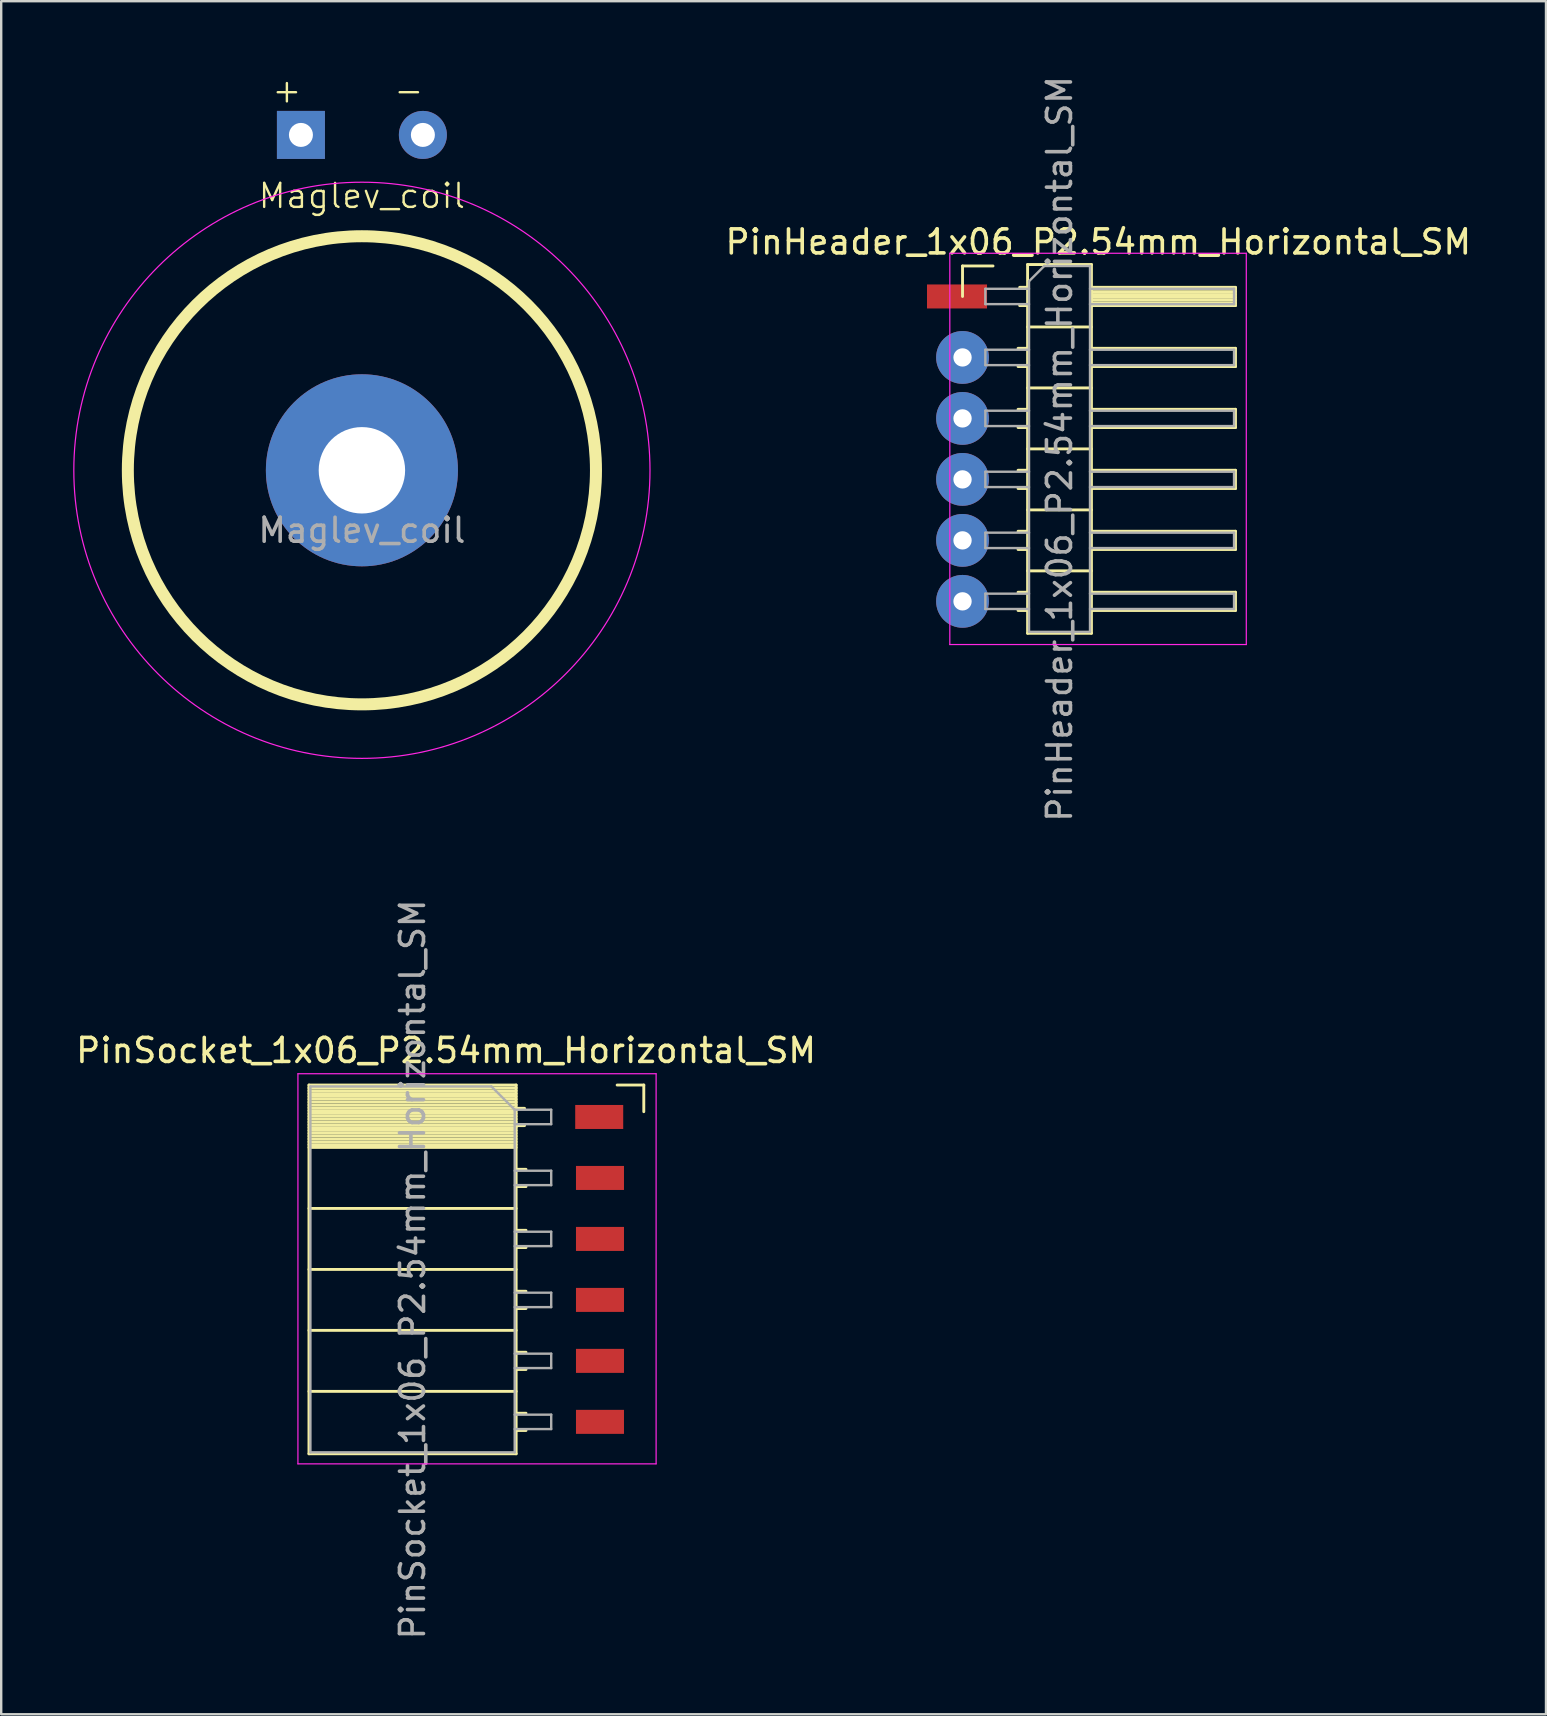
<source format=kicad_pcb>
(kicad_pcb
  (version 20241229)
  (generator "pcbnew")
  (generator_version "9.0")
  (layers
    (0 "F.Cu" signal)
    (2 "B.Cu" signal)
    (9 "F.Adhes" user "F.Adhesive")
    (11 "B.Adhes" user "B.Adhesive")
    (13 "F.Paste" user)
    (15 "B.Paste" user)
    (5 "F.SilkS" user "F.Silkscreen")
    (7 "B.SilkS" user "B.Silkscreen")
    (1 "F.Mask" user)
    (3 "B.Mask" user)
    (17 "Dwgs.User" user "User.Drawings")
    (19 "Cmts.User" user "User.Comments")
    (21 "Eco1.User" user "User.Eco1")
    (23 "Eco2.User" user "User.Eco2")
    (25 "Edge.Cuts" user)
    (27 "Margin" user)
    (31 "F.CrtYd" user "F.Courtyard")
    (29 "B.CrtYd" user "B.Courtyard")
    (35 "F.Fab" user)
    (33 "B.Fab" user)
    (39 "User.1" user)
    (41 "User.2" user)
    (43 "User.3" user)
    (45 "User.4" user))
  (footprint "PinHeader_1x06_P2.54mm_Horizontal_SM"
    (layer "F.Cu")
    (at 38.314 9.299)
    (property "Reference" "PinHeader_1x06_P2.54mm_Horizontal_SM" (at 4.385 -2.27 0) (layer "F.SilkS") (effects (font (size 1 1) (thickness 0.15))))
    (attr through_hole)
    (fp_line (start -1.27 -1.27) (end 0 -1.27) (stroke (width 0.12) (type solid)) (layer "F.SilkS"))
    (fp_line (start -1.27 0) (end -1.27 -1.27) (stroke (width 0.12) (type solid)) (layer "F.SilkS"))
    (fp_line (start 1.043 2.16) (end 1.44 2.16) (stroke (width 0.12) (type solid)) (layer "F.SilkS"))
    (fp_line (start 1.043 2.92) (end 1.44 2.92) (stroke (width 0.12) (type solid)) (layer "F.SilkS"))
    (fp_line (start 1.043 4.7) (end 1.44 4.7) (stroke (width 0.12) (type solid)) (layer "F.SilkS"))
    (fp_line (start 1.043 5.46) (end 1.44 5.46) (stroke (width 0.12) (type solid)) (layer "F.SilkS"))
    (fp_line (start 1.043 7.24) (end 1.44 7.24) (stroke (width 0.12) (type solid)) (layer "F.SilkS"))
    (fp_line (start 1.043 8) (end 1.44 8) (stroke (width 0.12) (type solid)) (layer "F.SilkS"))
    (fp_line (start 1.043 9.78) (end 1.44 9.78) (stroke (width 0.12) (type solid)) (layer "F.SilkS"))
    (fp_line (start 1.043 10.54) (end 1.44 10.54) (stroke (width 0.12) (type solid)) (layer "F.SilkS"))
    (fp_line (start 1.043 12.32) (end 1.44 12.32) (stroke (width 0.12) (type solid)) (layer "F.SilkS"))
    (fp_line (start 1.043 13.08) (end 1.44 13.08) (stroke (width 0.12) (type solid)) (layer "F.SilkS"))
    (fp_line (start 1.11 -0.38) (end 1.44 -0.38) (stroke (width 0.12) (type solid)) (layer "F.SilkS"))
    (fp_line (start 1.11 0.38) (end 1.44 0.38) (stroke (width 0.12) (type solid)) (layer "F.SilkS"))
    (fp_line (start 1.44 -1.33) (end 1.44 14.03) (stroke (width 0.12) (type solid)) (layer "F.SilkS"))
    (fp_line (start 1.44 1.27) (end 4.1 1.27) (stroke (width 0.12) (type solid)) (layer "F.SilkS"))
    (fp_line (start 1.44 3.81) (end 4.1 3.81) (stroke (width 0.12) (type solid)) (layer "F.SilkS"))
    (fp_line (start 1.44 6.35) (end 4.1 6.35) (stroke (width 0.12) (type solid)) (layer "F.SilkS"))
    (fp_line (start 1.44 8.89) (end 4.1 8.89) (stroke (width 0.12) (type solid)) (layer "F.SilkS"))
    (fp_line (start 1.44 11.43) (end 4.1 11.43) (stroke (width 0.12) (type solid)) (layer "F.SilkS"))
    (fp_line (start 1.44 14.03) (end 4.1 14.03) (stroke (width 0.12) (type solid)) (layer "F.SilkS"))
    (fp_line (start 4.1 -1.33) (end 1.44 -1.33) (stroke (width 0.12) (type solid)) (layer "F.SilkS"))
    (fp_line (start 4.1 -0.38) (end 10.1 -0.38) (stroke (width 0.12) (type solid)) (layer "F.SilkS"))
    (fp_line (start 4.1 -0.32) (end 10.1 -0.32) (stroke (width 0.12) (type solid)) (layer "F.SilkS"))
    (fp_line (start 4.1 -0.2) (end 10.1 -0.2) (stroke (width 0.12) (type solid)) (layer "F.SilkS"))
    (fp_line (start 4.1 -0.08) (end 10.1 -0.08) (stroke (width 0.12) (type solid)) (layer "F.SilkS"))
    (fp_line (start 4.1 0.04) (end 10.1 0.04) (stroke (width 0.12) (type solid)) (layer "F.SilkS"))
    (fp_line (start 4.1 0.16) (end 10.1 0.16) (stroke (width 0.12) (type solid)) (layer "F.SilkS"))
    (fp_line (start 4.1 0.28) (end 10.1 0.28) (stroke (width 0.12) (type solid)) (layer "F.SilkS"))
    (fp_line (start 4.1 2.16) (end 10.1 2.16) (stroke (width 0.12) (type solid)) (layer "F.SilkS"))
    (fp_line (start 4.1 4.7) (end 10.1 4.7) (stroke (width 0.12) (type solid)) (layer "F.SilkS"))
    (fp_line (start 4.1 7.24) (end 10.1 7.24) (stroke (width 0.12) (type solid)) (layer "F.SilkS"))
    (fp_line (start 4.1 9.78) (end 10.1 9.78) (stroke (width 0.12) (type solid)) (layer "F.SilkS"))
    (fp_line (start 4.1 12.32) (end 10.1 12.32) (stroke (width 0.12) (type solid)) (layer "F.SilkS"))
    (fp_line (start 4.1 14.03) (end 4.1 -1.33) (stroke (width 0.12) (type solid)) (layer "F.SilkS"))
    (fp_line (start 10.1 -0.38) (end 10.1 0.38) (stroke (width 0.12) (type solid)) (layer "F.SilkS"))
    (fp_line (start 10.1 0.38) (end 4.1 0.38) (stroke (width 0.12) (type solid)) (layer "F.SilkS"))
    (fp_line (start 10.1 2.16) (end 10.1 2.92) (stroke (width 0.12) (type solid)) (layer "F.SilkS"))
    (fp_line (start 10.1 2.92) (end 4.1 2.92) (stroke (width 0.12) (type solid)) (layer "F.SilkS"))
    (fp_line (start 10.1 4.7) (end 10.1 5.46) (stroke (width 0.12) (type solid)) (layer "F.SilkS"))
    (fp_line (start 10.1 5.46) (end 4.1 5.46) (stroke (width 0.12) (type solid)) (layer "F.SilkS"))
    (fp_line (start 10.1 7.24) (end 10.1 8) (stroke (width 0.12) (type solid)) (layer "F.SilkS"))
    (fp_line (start 10.1 8) (end 4.1 8) (stroke (width 0.12) (type solid)) (layer "F.SilkS"))
    (fp_line (start 10.1 9.78) (end 10.1 10.54) (stroke (width 0.12) (type solid)) (layer "F.SilkS"))
    (fp_line (start 10.1 10.54) (end 4.1 10.54) (stroke (width 0.12) (type solid)) (layer "F.SilkS"))
    (fp_line (start 10.1 12.32) (end 10.1 13.08) (stroke (width 0.12) (type solid)) (layer "F.SilkS"))
    (fp_line (start 10.1 13.08) (end 4.1 13.08) (stroke (width 0.12) (type solid)) (layer "F.SilkS"))
    (fp_line (start -1.8 -1.8) (end -1.8 14.5) (stroke (width 0.05) (type solid)) (layer "F.CrtYd"))
    (fp_line (start -1.8 14.5) (end 10.55 14.5) (stroke (width 0.05) (type solid)) (layer "F.CrtYd"))
    (fp_line (start 10.55 -1.8) (end -1.8 -1.8) (stroke (width 0.05) (type solid)) (layer "F.CrtYd"))
    (fp_line (start 10.55 14.5) (end 10.55 -1.8) (stroke (width 0.05) (type solid)) (layer "F.CrtYd"))
    (fp_line (start -0.32 -0.32) (end -0.32 0.32) (stroke (width 0.1) (type solid)) (layer "F.Fab"))
    (fp_line (start -0.32 -0.32) (end 1.5 -0.32) (stroke (width 0.1) (type solid)) (layer "F.Fab"))
    (fp_line (start -0.32 0.32) (end 1.5 0.32) (stroke (width 0.1) (type solid)) (layer "F.Fab"))
    (fp_line (start -0.32 2.22) (end -0.32 2.86) (stroke (width 0.1) (type solid)) (layer "F.Fab"))
    (fp_line (start -0.32 2.22) (end 1.5 2.22) (stroke (width 0.1) (type solid)) (layer "F.Fab"))
    (fp_line (start -0.32 2.86) (end 1.5 2.86) (stroke (width 0.1) (type solid)) (layer "F.Fab"))
    (fp_line (start -0.32 4.76) (end -0.32 5.4) (stroke (width 0.1) (type solid)) (layer "F.Fab"))
    (fp_line (start -0.32 4.76) (end 1.5 4.76) (stroke (width 0.1) (type solid)) (layer "F.Fab"))
    (fp_line (start -0.32 5.4) (end 1.5 5.4) (stroke (width 0.1) (type solid)) (layer "F.Fab"))
    (fp_line (start -0.32 7.3) (end -0.32 7.94) (stroke (width 0.1) (type solid)) (layer "F.Fab"))
    (fp_line (start -0.32 7.3) (end 1.5 7.3) (stroke (width 0.1) (type solid)) (layer "F.Fab"))
    (fp_line (start -0.32 7.94) (end 1.5 7.94) (stroke (width 0.1) (type solid)) (layer "F.Fab"))
    (fp_line (start -0.32 9.84) (end -0.32 10.48) (stroke (width 0.1) (type solid)) (layer "F.Fab"))
    (fp_line (start -0.32 9.84) (end 1.5 9.84) (stroke (width 0.1) (type solid)) (layer "F.Fab"))
    (fp_line (start -0.32 10.48) (end 1.5 10.48) (stroke (width 0.1) (type solid)) (layer "F.Fab"))
    (fp_line (start -0.32 12.38) (end -0.32 13.02) (stroke (width 0.1) (type solid)) (layer "F.Fab"))
    (fp_line (start -0.32 12.38) (end 1.5 12.38) (stroke (width 0.1) (type solid)) (layer "F.Fab"))
    (fp_line (start -0.32 13.02) (end 1.5 13.02) (stroke (width 0.1) (type solid)) (layer "F.Fab"))
    (fp_line (start 1.5 -0.635) (end 2.135 -1.27) (stroke (width 0.1) (type solid)) (layer "F.Fab"))
    (fp_line (start 1.5 13.97) (end 1.5 -0.635) (stroke (width 0.1) (type solid)) (layer "F.Fab"))
    (fp_line (start 2.135 -1.27) (end 4.04 -1.27) (stroke (width 0.1) (type solid)) (layer "F.Fab"))
    (fp_line (start 4.04 -1.27) (end 4.04 13.97) (stroke (width 0.1) (type solid)) (layer "F.Fab"))
    (fp_line (start 4.04 -0.32) (end 10.04 -0.32) (stroke (width 0.1) (type solid)) (layer "F.Fab"))
    (fp_line (start 4.04 0.32) (end 10.04 0.32) (stroke (width 0.1) (type solid)) (layer "F.Fab"))
    (fp_line (start 4.04 2.22) (end 10.04 2.22) (stroke (width 0.1) (type solid)) (layer "F.Fab"))
    (fp_line (start 4.04 2.86) (end 10.04 2.86) (stroke (width 0.1) (type solid)) (layer "F.Fab"))
    (fp_line (start 4.04 4.76) (end 10.04 4.76) (stroke (width 0.1) (type solid)) (layer "F.Fab"))
    (fp_line (start 4.04 5.4) (end 10.04 5.4) (stroke (width 0.1) (type solid)) (layer "F.Fab"))
    (fp_line (start 4.04 7.3) (end 10.04 7.3) (stroke (width 0.1) (type solid)) (layer "F.Fab"))
    (fp_line (start 4.04 7.94) (end 10.04 7.94) (stroke (width 0.1) (type solid)) (layer "F.Fab"))
    (fp_line (start 4.04 9.84) (end 10.04 9.84) (stroke (width 0.1) (type solid)) (layer "F.Fab"))
    (fp_line (start 4.04 10.48) (end 10.04 10.48) (stroke (width 0.1) (type solid)) (layer "F.Fab"))
    (fp_line (start 4.04 12.38) (end 10.04 12.38) (stroke (width 0.1) (type solid)) (layer "F.Fab"))
    (fp_line (start 4.04 13.02) (end 10.04 13.02) (stroke (width 0.1) (type solid)) (layer "F.Fab"))
    (fp_line (start 4.04 13.97) (end 1.5 13.97) (stroke (width 0.1) (type solid)) (layer "F.Fab"))
    (fp_line (start 10.04 -0.32) (end 10.04 0.32) (stroke (width 0.1) (type solid)) (layer "F.Fab"))
    (fp_line (start 10.04 2.22) (end 10.04 2.86) (stroke (width 0.1) (type solid)) (layer "F.Fab"))
    (fp_line (start 10.04 4.76) (end 10.04 5.4) (stroke (width 0.1) (type solid)) (layer "F.Fab"))
    (fp_line (start 10.04 7.3) (end 10.04 7.94) (stroke (width 0.1) (type solid)) (layer "F.Fab"))
    (fp_line (start 10.04 9.84) (end 10.04 10.48) (stroke (width 0.1) (type solid)) (layer "F.Fab"))
    (fp_line (start 10.04 12.38) (end 10.04 13.02) (stroke (width 0.1) (type solid)) (layer "F.Fab"))
    (fp_text user "${REFERENCE}" (at 2.77 6.35 90) (layer "F.Fab") (effects (font (size 1 1) (thickness 0.15))))
    (pad "1" smd rect (at -1.5 0) (size 2.5 1) (layers "F.Cu" "F.Mask" "F.Paste"))
    (pad "2" thru_hole circle (at -1.27 2.54) (size 2.2 2.2) (drill 0.762) (layers "*.Cu" "*.Mask"))
    (pad "3" thru_hole circle (at -1.27 5.08) (size 2.2 2.2) (drill 0.762) (layers "*.Cu" "*.Mask"))
    (pad "4" thru_hole circle (at -1.27 7.62) (size 2.2 2.2) (drill 0.762) (layers "*.Cu" "*.Mask"))
    (pad "5" thru_hole circle (at -1.27 10.16) (size 2.2 2.2) (drill 0.762) (layers "*.Cu" "*.Mask"))
    (pad "6" thru_hole circle (at -1.27 12.7) (size 2.2 2.2) (drill 0.762) (layers "*.Cu" "*.Mask")))
  (footprint "Maglev_coil"
    (layer "F.Cu")
    (at 12.025 16.54)
    (property "Reference" "Maglev_coil" (at 0 -11.43 0) (unlocked yes) (layer "F.SilkS") (effects (font (size 1 1) (thickness 0.1))))
    (attr through_hole)
    (fp_circle (center 0 0) (end 9.75 0) (stroke (width 0.5) (type default)) (fill no) (layer "F.SilkS"))
    (fp_circle (center 0 0) (end 12 0) (stroke (width 0.05) (type default)) (fill no) (layer "F.CrtYd"))
    (fp_text user "-" (at 1.27 -15.24 0) (unlocked yes) (layer "F.SilkS") (effects (font (size 1 1) (thickness 0.1)) (justify left bottom)))
    (fp_text user "+" (at -3.81 -15.24 0) (unlocked yes) (layer "F.SilkS") (effects (font (size 1 1) (thickness 0.1)) (justify left bottom)))
    (fp_text user "${REFERENCE}" (at 0 2.5 0) (unlocked yes) (layer "F.Fab") (effects (font (size 1 1) (thickness 0.15))))
    (pad "" thru_hole circle (at 0 0) (size 8 8) (drill 3.6) (layers "*.Cu" "*.Mask"))
    (pad "1" thru_hole rect (at -2.54 -13.97) (size 2 2) (drill 1) (layers "*.Cu" "*.Mask"))
    (pad "2" thru_hole circle (at 2.54 -13.97) (size 2 2) (drill 1) (layers "*.Cu" "*.Mask")))
  (footprint "PinSocket_1x06_P2.54mm_Horizontal_SM"
    (layer "F.Cu")
    (at 19.91 43.477)
    (property "Reference" "PinSocket_1x06_P2.54mm_Horizontal_SM" (at -4.38 -2.77 0) (layer "F.SilkS") (effects (font (size 1 1) (thickness 0.15))))
    (attr through_hole)
    (fp_line (start -10.09 -1.33) (end -10.09 14.03) (stroke (width 0.12) (type solid)) (layer "F.SilkS"))
    (fp_line (start -10.09 -1.33) (end -1.46 -1.33) (stroke (width 0.12) (type solid)) (layer "F.SilkS"))
    (fp_line (start -10.09 -1.21) (end -1.46 -1.21) (stroke (width 0.12) (type solid)) (layer "F.SilkS"))
    (fp_line (start -10.09 -1.092) (end -1.46 -1.092) (stroke (width 0.12) (type solid)) (layer "F.SilkS"))
    (fp_line (start -10.09 -0.974) (end -1.46 -0.974) (stroke (width 0.12) (type solid)) (layer "F.SilkS"))
    (fp_line (start -10.09 -0.856) (end -1.46 -0.856) (stroke (width 0.12) (type solid)) (layer "F.SilkS"))
    (fp_line (start -10.09 -0.738) (end -1.46 -0.738) (stroke (width 0.12) (type solid)) (layer "F.SilkS"))
    (fp_line (start -10.09 -0.62) (end -1.46 -0.62) (stroke (width 0.12) (type solid)) (layer "F.SilkS"))
    (fp_line (start -10.09 -0.501) (end -1.46 -0.501) (stroke (width 0.12) (type solid)) (layer "F.SilkS"))
    (fp_line (start -10.09 -0.383) (end -1.46 -0.383) (stroke (width 0.12) (type solid)) (layer "F.SilkS"))
    (fp_line (start -10.09 -0.265) (end -1.46 -0.265) (stroke (width 0.12) (type solid)) (layer "F.SilkS"))
    (fp_line (start -10.09 -0.147) (end -1.46 -0.147) (stroke (width 0.12) (type solid)) (layer "F.SilkS"))
    (fp_line (start -10.09 -0.029) (end -1.46 -0.029) (stroke (width 0.12) (type solid)) (layer "F.SilkS"))
    (fp_line (start -10.09 0.089) (end -1.46 0.089) (stroke (width 0.12) (type solid)) (layer "F.SilkS"))
    (fp_line (start -10.09 0.207) (end -1.46 0.207) (stroke (width 0.12) (type solid)) (layer "F.SilkS"))
    (fp_line (start -10.09 0.325) (end -1.46 0.325) (stroke (width 0.12) (type solid)) (layer "F.SilkS"))
    (fp_line (start -10.09 0.443) (end -1.46 0.443) (stroke (width 0.12) (type solid)) (layer "F.SilkS"))
    (fp_line (start -10.09 0.561) (end -1.46 0.561) (stroke (width 0.12) (type solid)) (layer "F.SilkS"))
    (fp_line (start -10.09 0.68) (end -1.46 0.68) (stroke (width 0.12) (type solid)) (layer "F.SilkS"))
    (fp_line (start -10.09 0.798) (end -1.46 0.798) (stroke (width 0.12) (type solid)) (layer "F.SilkS"))
    (fp_line (start -10.09 0.916) (end -1.46 0.916) (stroke (width 0.12) (type solid)) (layer "F.SilkS"))
    (fp_line (start -10.09 1.034) (end -1.46 1.034) (stroke (width 0.12) (type solid)) (layer "F.SilkS"))
    (fp_line (start -10.09 1.152) (end -1.46 1.152) (stroke (width 0.12) (type solid)) (layer "F.SilkS"))
    (fp_line (start -10.09 1.27) (end -1.46 1.27) (stroke (width 0.12) (type solid)) (layer "F.SilkS"))
    (fp_line (start -10.09 3.81) (end -1.46 3.81) (stroke (width 0.12) (type solid)) (layer "F.SilkS"))
    (fp_line (start -10.09 6.35) (end -1.46 6.35) (stroke (width 0.12) (type solid)) (layer "F.SilkS"))
    (fp_line (start -10.09 8.89) (end -1.46 8.89) (stroke (width 0.12) (type solid)) (layer "F.SilkS"))
    (fp_line (start -10.09 11.43) (end -1.46 11.43) (stroke (width 0.12) (type solid)) (layer "F.SilkS"))
    (fp_line (start -10.09 14.03) (end -1.46 14.03) (stroke (width 0.12) (type solid)) (layer "F.SilkS"))
    (fp_line (start -1.46 -1.33) (end -1.46 14.03) (stroke (width 0.12) (type solid)) (layer "F.SilkS"))
    (fp_line (start -1.46 -0.36) (end -1.11 -0.36) (stroke (width 0.12) (type solid)) (layer "F.SilkS"))
    (fp_line (start -1.46 0.36) (end -1.11 0.36) (stroke (width 0.12) (type solid)) (layer "F.SilkS"))
    (fp_line (start -1.46 2.18) (end -1.05 2.18) (stroke (width 0.12) (type solid)) (layer "F.SilkS"))
    (fp_line (start -1.46 2.9) (end -1.05 2.9) (stroke (width 0.12) (type solid)) (layer "F.SilkS"))
    (fp_line (start -1.46 4.72) (end -1.05 4.72) (stroke (width 0.12) (type solid)) (layer "F.SilkS"))
    (fp_line (start -1.46 5.44) (end -1.05 5.44) (stroke (width 0.12) (type solid)) (layer "F.SilkS"))
    (fp_line (start -1.46 7.26) (end -1.05 7.26) (stroke (width 0.12) (type solid)) (layer "F.SilkS"))
    (fp_line (start -1.46 7.98) (end -1.05 7.98) (stroke (width 0.12) (type solid)) (layer "F.SilkS"))
    (fp_line (start -1.46 9.8) (end -1.05 9.8) (stroke (width 0.12) (type solid)) (layer "F.SilkS"))
    (fp_line (start -1.46 10.52) (end -1.05 10.52) (stroke (width 0.12) (type solid)) (layer "F.SilkS"))
    (fp_line (start -1.46 12.34) (end -1.05 12.34) (stroke (width 0.12) (type solid)) (layer "F.SilkS"))
    (fp_line (start -1.46 13.06) (end -1.05 13.06) (stroke (width 0.12) (type solid)) (layer "F.SilkS"))
    (fp_line (start 2.747 -1.33) (end 3.857 -1.33) (stroke (width 0.12) (type solid)) (layer "F.SilkS"))
    (fp_line (start 3.857 -0.22) (end 3.857 -1.33) (stroke (width 0.12) (type solid)) (layer "F.SilkS"))
    (fp_line (start -10.55 -1.8) (end -10.55 14.45) (stroke (width 0.05) (type solid)) (layer "F.CrtYd"))
    (fp_line (start -10.55 14.45) (end 4.37 14.45) (stroke (width 0.05) (type solid)) (layer "F.CrtYd"))
    (fp_line (start 4.37 -1.8) (end -10.55 -1.8) (stroke (width 0.05) (type solid)) (layer "F.CrtYd"))
    (fp_line (start 4.37 14.45) (end 4.37 -1.8) (stroke (width 0.05) (type solid)) (layer "F.CrtYd"))
    (fp_line (start -10.03 -1.27) (end -2.49 -1.27) (stroke (width 0.1) (type solid)) (layer "F.Fab"))
    (fp_line (start -10.03 13.97) (end -10.03 -1.27) (stroke (width 0.1) (type solid)) (layer "F.Fab"))
    (fp_line (start -2.49 -1.27) (end -1.52 -0.3) (stroke (width 0.1) (type solid)) (layer "F.Fab"))
    (fp_line (start -1.52 -0.3) (end -1.52 13.97) (stroke (width 0.1) (type solid)) (layer "F.Fab"))
    (fp_line (start -1.52 0.3) (end 0 0.3) (stroke (width 0.1) (type solid)) (layer "F.Fab"))
    (fp_line (start -1.52 2.84) (end 0 2.84) (stroke (width 0.1) (type solid)) (layer "F.Fab"))
    (fp_line (start -1.52 5.38) (end 0 5.38) (stroke (width 0.1) (type solid)) (layer "F.Fab"))
    (fp_line (start -1.52 7.92) (end 0 7.92) (stroke (width 0.1) (type solid)) (layer "F.Fab"))
    (fp_line (start -1.52 10.46) (end 0 10.46) (stroke (width 0.1) (type solid)) (layer "F.Fab"))
    (fp_line (start -1.52 13) (end 0 13) (stroke (width 0.1) (type solid)) (layer "F.Fab"))
    (fp_line (start -1.52 13.97) (end -10.03 13.97) (stroke (width 0.1) (type solid)) (layer "F.Fab"))
    (fp_line (start 0 -0.3) (end -1.52 -0.3) (stroke (width 0.1) (type solid)) (layer "F.Fab"))
    (fp_line (start 0 0.3) (end 0 -0.3) (stroke (width 0.1) (type solid)) (layer "F.Fab"))
    (fp_line (start 0 2.24) (end -1.52 2.24) (stroke (width 0.1) (type solid)) (layer "F.Fab"))
    (fp_line (start 0 2.84) (end 0 2.24) (stroke (width 0.1) (type solid)) (layer "F.Fab"))
    (fp_line (start 0 4.78) (end -1.52 4.78) (stroke (width 0.1) (type solid)) (layer "F.Fab"))
    (fp_line (start 0 5.38) (end 0 4.78) (stroke (width 0.1) (type solid)) (layer "F.Fab"))
    (fp_line (start 0 7.32) (end -1.52 7.32) (stroke (width 0.1) (type solid)) (layer "F.Fab"))
    (fp_line (start 0 7.92) (end 0 7.32) (stroke (width 0.1) (type solid)) (layer "F.Fab"))
    (fp_line (start 0 9.86) (end -1.52 9.86) (stroke (width 0.1) (type solid)) (layer "F.Fab"))
    (fp_line (start 0 10.46) (end 0 9.86) (stroke (width 0.1) (type solid)) (layer "F.Fab"))
    (fp_line (start 0 12.4) (end -1.52 12.4) (stroke (width 0.1) (type solid)) (layer "F.Fab"))
    (fp_line (start 0 13) (end 0 12.4) (stroke (width 0.1) (type solid)) (layer "F.Fab"))
    (fp_text user "${REFERENCE}" (at -5.775 6.35 90) (layer "F.Fab") (effects (font (size 1 1) (thickness 0.15))))
    (pad "1" smd rect (at 2 0) (size 2 1) (layers "F.Cu" "F.Mask" "F.Paste"))
    (pad "2" smd rect (at 2.032 2.54) (size 2 1) (layers "F.Cu" "F.Mask" "F.Paste"))
    (pad "3" smd rect (at 2.032 5.08) (size 2 1) (layers "F.Cu" "F.Mask" "F.Paste"))
    (pad "4" smd rect (at 2.032 7.62) (size 2 1) (layers "F.Cu" "F.Mask" "F.Paste"))
    (pad "5" smd rect (at 2.032 10.16) (size 2 1) (layers "F.Cu" "F.Mask" "F.Paste"))
    (pad "6" smd rect (at 2.032 12.7) (size 2 1) (layers "F.Cu" "F.Mask" "F.Paste")))
  (gr_rect
    (start -3 -3)
    (end 61.348 68.357)
    (stroke (width 0.1) (type default))
    (fill no)
    (layer "Edge.Cuts")))
</source>
